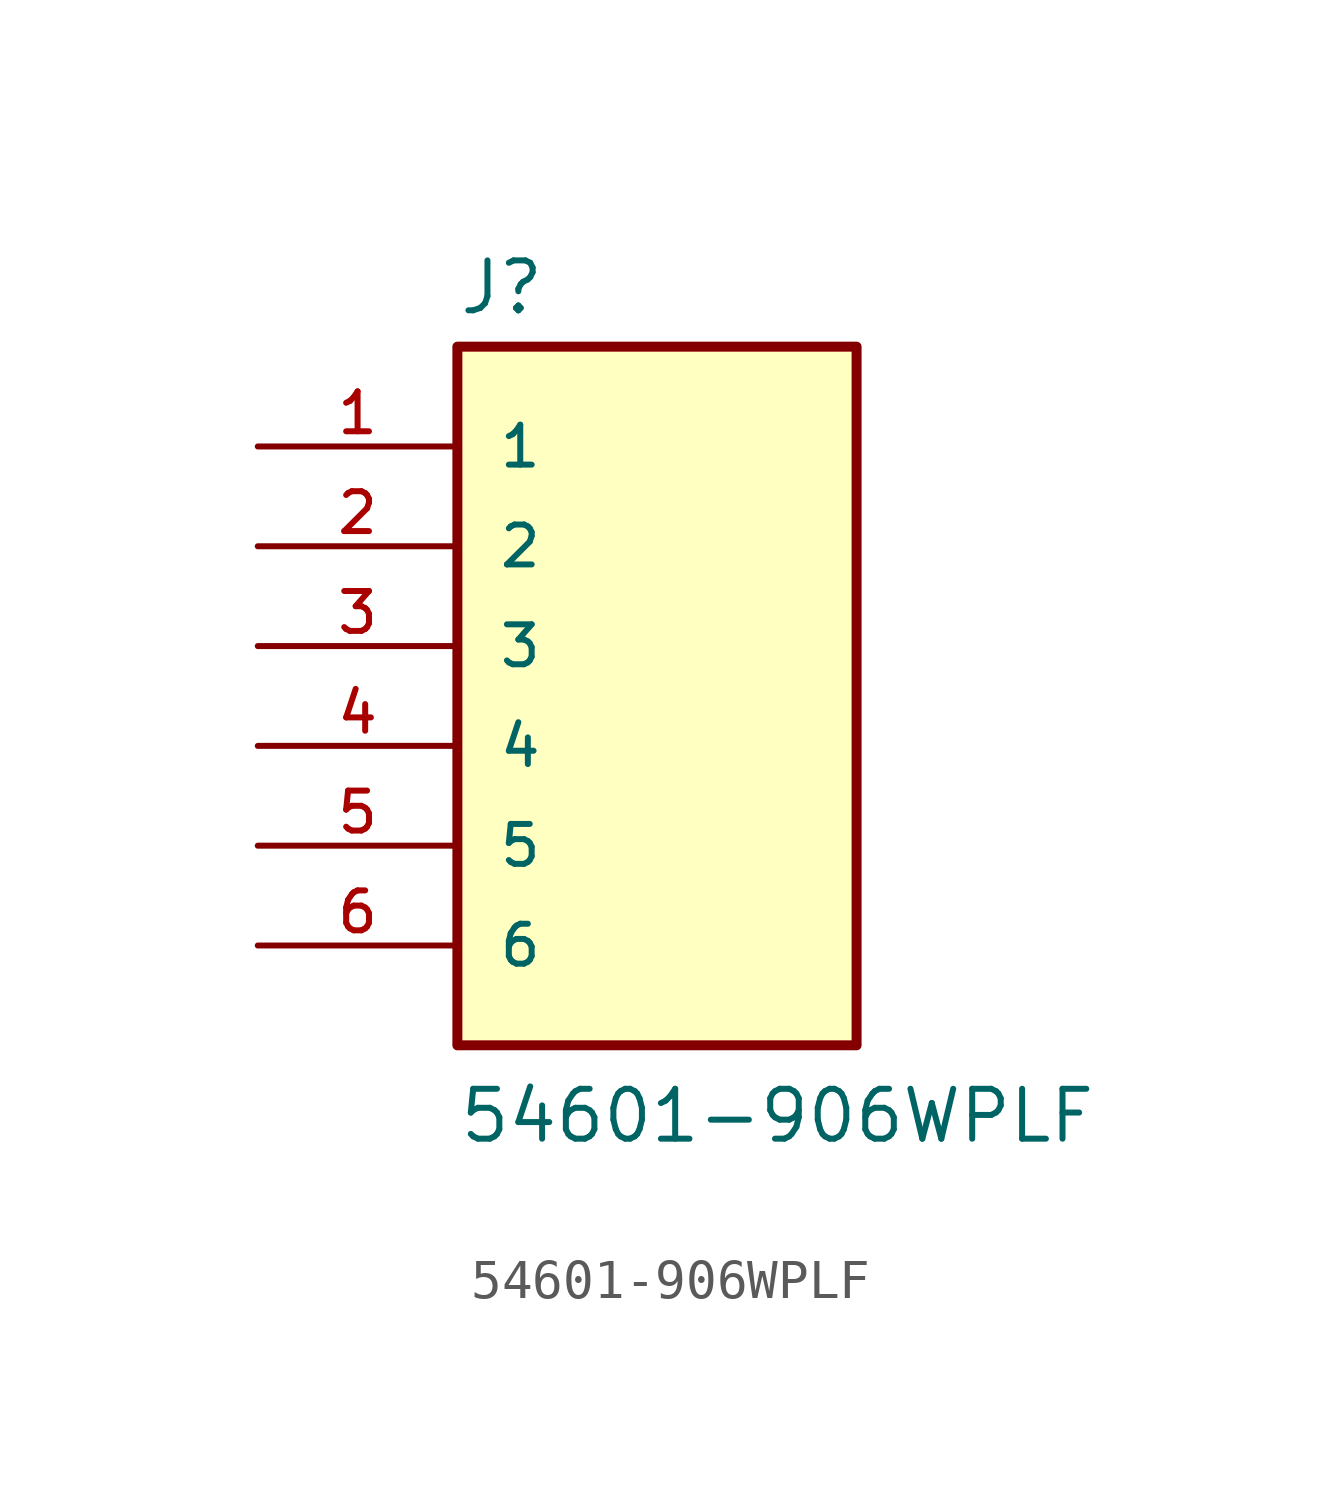
<source format=kicad_sym>
(kicad_symbol_lib
  (version 20211014)
  (generator kicad_symbol_editor)
  (symbol "54601-906WPLF"
    (pin_names
      (offset 1.016))
    (property "Reference" "J"
      (at -5.08 10.922 0)
      (effects (font (size 1.27 1.27)) (justify bottom left)))
    (property "Value" "54601-906WPLF"
      (at -5.08 -10.16 0)
      (effects (font (size 1.27 1.27)) (justify bottom left)))
    (symbol "54601-906WPLF_0_0"
      (rectangle (start -5.08 -7.62) (end 5.08 10.16) (stroke (width 0.254)) (fill (type background)))
      (pin passive line (at -10.16 7.62 0) (length 5.08) (name "1" (effects (font (size 1.016 1.016)))) (number "1" (effects (font (size 1.016 1.016)))))
      (pin passive line (at -10.16 5.08 0) (length 5.08) (name "2" (effects (font (size 1.016 1.016)))) (number "2" (effects (font (size 1.016 1.016)))))
      (pin passive line (at -10.16 2.54 0) (length 5.08) (name "3" (effects (font (size 1.016 1.016)))) (number "3" (effects (font (size 1.016 1.016)))))
      (pin passive line (at -10.16 0.0 0) (length 5.08) (name "4" (effects (font (size 1.016 1.016)))) (number "4" (effects (font (size 1.016 1.016)))))
      (pin passive line (at -10.16 -2.54 0) (length 5.08) (name "5" (effects (font (size 1.016 1.016)))) (number "5" (effects (font (size 1.016 1.016)))))
      (pin passive line (at -10.16 -5.08 0) (length 5.08) (name "6" (effects (font (size 1.016 1.016)))) (number "6" (effects (font (size 1.016 1.016))))))))
</source>
